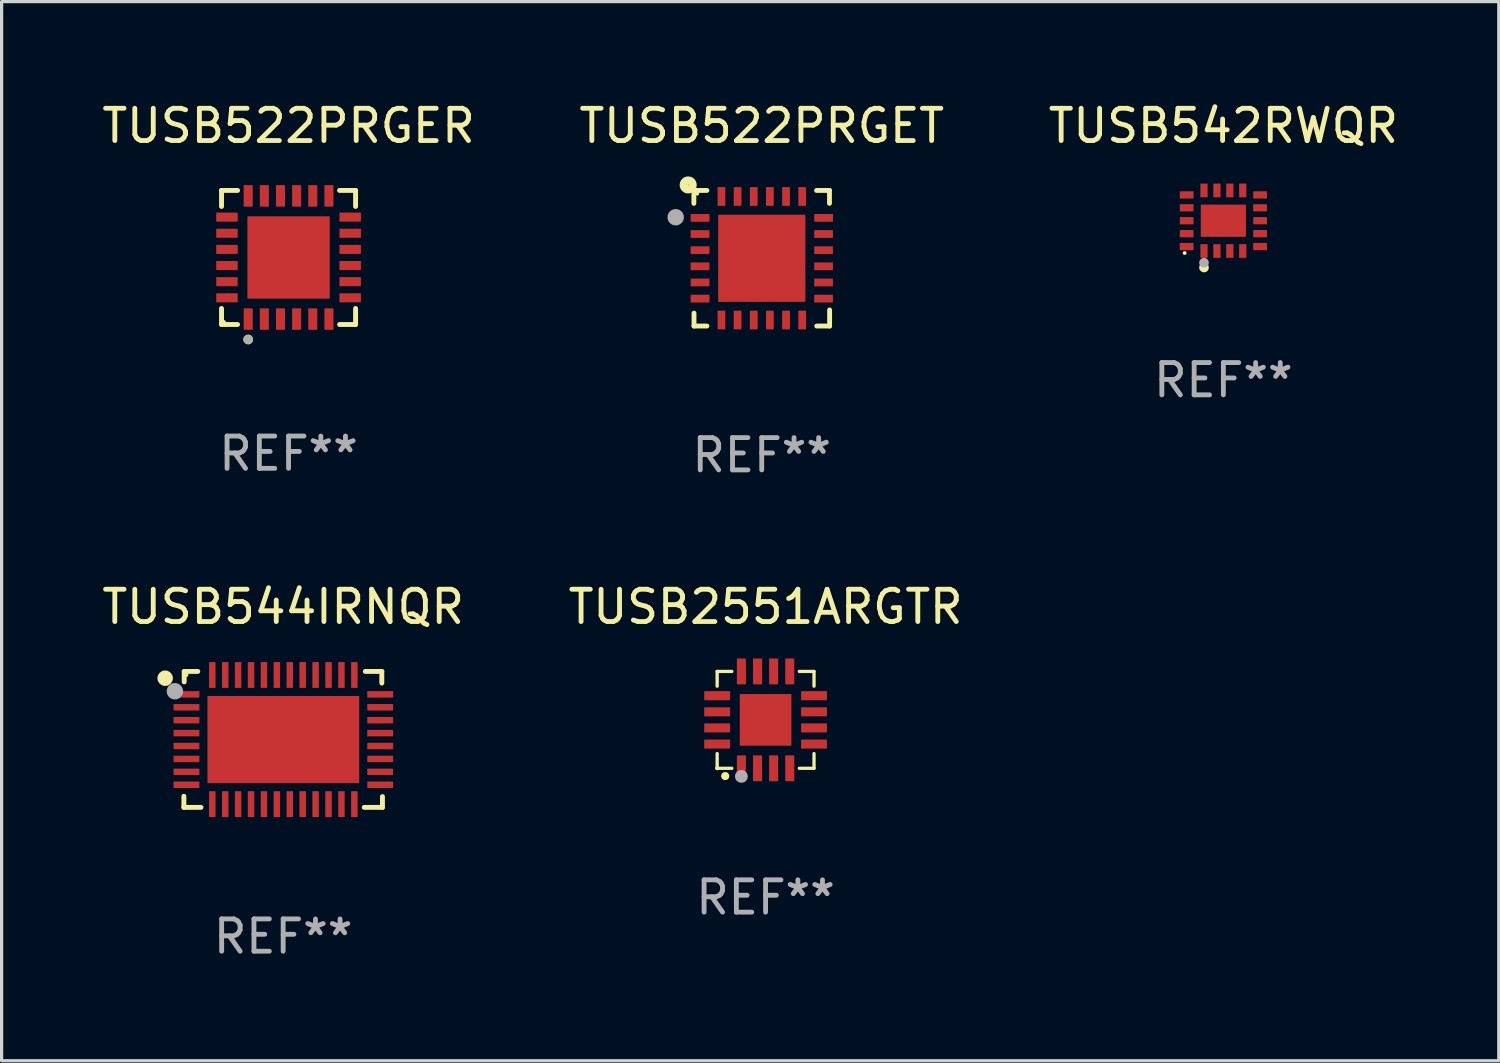
<source format=kicad_pcb>
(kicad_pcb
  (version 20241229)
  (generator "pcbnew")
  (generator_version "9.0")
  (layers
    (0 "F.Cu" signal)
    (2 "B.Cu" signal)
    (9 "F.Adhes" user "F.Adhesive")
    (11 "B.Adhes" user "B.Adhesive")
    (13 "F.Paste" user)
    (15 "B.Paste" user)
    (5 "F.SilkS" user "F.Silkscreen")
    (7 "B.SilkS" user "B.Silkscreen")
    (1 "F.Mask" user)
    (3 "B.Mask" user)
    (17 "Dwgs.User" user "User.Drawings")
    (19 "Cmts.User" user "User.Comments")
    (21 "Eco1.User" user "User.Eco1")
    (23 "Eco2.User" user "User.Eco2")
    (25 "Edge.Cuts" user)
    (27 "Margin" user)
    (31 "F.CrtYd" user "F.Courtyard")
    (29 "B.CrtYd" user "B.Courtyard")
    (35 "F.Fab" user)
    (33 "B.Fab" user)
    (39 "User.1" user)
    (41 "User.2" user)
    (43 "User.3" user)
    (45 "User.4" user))
  (footprint "TUSB542RWQR"
    (layer "F.Cu")
    (at 34.839 3.786)
    (property "Reference" "TUSB542RWQR" (at 0 -2.938 0) (layer "F.SilkS") (effects (font (size 1 1) (thickness 0.15))))
    (attr through_hole)
    (fp_circle (center -1.2 1) (end -1.17 1) (stroke (width 0.06) (type solid)) (fill no) (layer "F.SilkS"))
    (fp_circle (center -0.6 1.45) (end -0.525 1.45) (stroke (width 0.15) (type solid)) (fill no) (layer "F.SilkS"))
    (fp_circle (center -0.6 1.3) (end -0.525 1.3) (stroke (width 0.15) (type solid)) (fill no) (layer "F.Fab"))
    (fp_text user "REF**" (at 0 4.938 0) (layer "F.Fab") (effects (font (size 1 1) (thickness 0.15))))
    (pad "1" smd rect (at -0.6 0.938) (size 0.224 0.425) (layers "F.Cu" "F.Mask" "F.Paste"))
    (pad "2" smd rect (at -0.2 0.938) (size 0.224 0.425) (layers "F.Cu" "F.Mask" "F.Paste"))
    (pad "3" smd rect (at 0.2 0.938) (size 0.224 0.425) (layers "F.Cu" "F.Mask" "F.Paste"))
    (pad "4" smd rect (at 0.6 0.938) (size 0.224 0.425) (layers "F.Cu" "F.Mask" "F.Paste"))
    (pad "5" smd rect (at 1.137 0.8) (size 0.425 0.224) (layers "F.Cu" "F.Mask" "F.Paste"))
    (pad "6" smd rect (at 1.137 0.4) (size 0.425 0.224) (layers "F.Cu" "F.Mask" "F.Paste"))
    (pad "7" smd rect (at 1.137 0) (size 0.425 0.224) (layers "F.Cu" "F.Mask" "F.Paste"))
    (pad "8" smd rect (at 1.137 -0.4) (size 0.425 0.224) (layers "F.Cu" "F.Mask" "F.Paste"))
    (pad "9" smd rect (at 1.137 -0.8) (size 0.425 0.224) (layers "F.Cu" "F.Mask" "F.Paste"))
    (pad "10" smd rect (at 0.6 -0.938) (size 0.224 0.425) (layers "F.Cu" "F.Mask" "F.Paste"))
    (pad "11" smd rect (at 0.2 -0.938) (size 0.224 0.425) (layers "F.Cu" "F.Mask" "F.Paste"))
    (pad "12" smd rect (at -0.2 -0.938) (size 0.224 0.425) (layers "F.Cu" "F.Mask" "F.Paste"))
    (pad "13" smd rect (at -0.6 -0.938) (size 0.224 0.425) (layers "F.Cu" "F.Mask" "F.Paste"))
    (pad "14" smd rect (at -1.137 -0.8) (size 0.425 0.224) (layers "F.Cu" "F.Mask" "F.Paste"))
    (pad "15" smd rect (at -1.137 -0.4) (size 0.425 0.224) (layers "F.Cu" "F.Mask" "F.Paste"))
    (pad "16" smd rect (at -1.137 0) (size 0.425 0.224) (layers "F.Cu" "F.Mask" "F.Paste"))
    (pad "17" smd rect (at -1.137 0.4) (size 0.425 0.224) (layers "F.Cu" "F.Mask" "F.Paste"))
    (pad "18" smd rect (at -1.137 0.8) (size 0.425 0.224) (layers "F.Cu" "F.Mask" "F.Paste"))
    (pad "19" smd rect (at 0 0) (size 1.4 1) (layers "F.Cu" "F.Mask" "F.Paste")))
  (footprint "TUSB522PRGET"
    (layer "F.Cu")
    (at 20.542 4.948)
    (property "Reference" "TUSB522PRGET" (at 0 -4.1 0) (layer "F.SilkS") (effects (font (size 1 1) (thickness 0.15))))
    (attr through_hole)
    (fp_line (start -2.102 -2.1) (end -1.698 -2.1) (stroke (width 0.15) (type solid)) (layer "F.SilkS"))
    (fp_line (start -2.102 -1.7) (end -2.102 -2.1) (stroke (width 0.15) (type solid)) (layer "F.SilkS"))
    (fp_line (start -2.098 1.7) (end -2.098 2.1) (stroke (width 0.15) (type solid)) (layer "F.SilkS"))
    (fp_line (start -2.098 2.1) (end -1.698 2.1) (stroke (width 0.15) (type solid)) (layer "F.SilkS"))
    (fp_line (start 1.698 -2.1) (end 2.098 -2.1) (stroke (width 0.15) (type solid)) (layer "F.SilkS"))
    (fp_line (start 2.098 -2.1) (end 2.098 -1.7) (stroke (width 0.15) (type solid)) (layer "F.SilkS"))
    (fp_line (start 2.102 1.6) (end 2.102 2.1) (stroke (width 0.15) (type solid)) (layer "F.SilkS"))
    (fp_line (start 2.102 2.1) (end 1.702 2.1) (stroke (width 0.15) (type solid)) (layer "F.SilkS"))
    (fp_circle (center -2.278 -2.27) (end -2.268 -2.27) (stroke (width 0.254) (type solid)) (fill no) (layer "F.SilkS"))
    (fp_circle (center -1.998 -2) (end -1.968 -2) (stroke (width 0.06) (type solid)) (fill no) (layer "F.SilkS"))
    (fp_circle (center -2.665 -1.27) (end -2.538 -1.27) (stroke (width 0.254) (type solid)) (fill no) (layer "F.Fab"))
    (fp_text user "REF**" (at 0 6.1 0) (layer "F.Fab") (effects (font (size 1 1) (thickness 0.15))))
    (pad "1" smd rect (at -1.911 -1.25) (size 0.584 0.24) (layers "F.Cu" "F.Mask" "F.Paste"))
    (pad "2" smd rect (at -1.911 -0.75) (size 0.584 0.24) (layers "F.Cu" "F.Mask" "F.Paste"))
    (pad "3" smd rect (at -1.911 -0.25) (size 0.584 0.24) (layers "F.Cu" "F.Mask" "F.Paste"))
    (pad "4" smd rect (at -1.911 0.25) (size 0.584 0.24) (layers "F.Cu" "F.Mask" "F.Paste"))
    (pad "5" smd rect (at -1.911 0.75) (size 0.584 0.24) (layers "F.Cu" "F.Mask" "F.Paste"))
    (pad "6" smd rect (at -1.911 1.25) (size 0.584 0.24) (layers "F.Cu" "F.Mask" "F.Paste"))
    (pad "7" smd rect (at -1.248 1.913) (size 0.24 0.58) (layers "F.Cu" "F.Mask" "F.Paste"))
    (pad "8" smd rect (at -0.748 1.913) (size 0.24 0.58) (layers "F.Cu" "F.Mask" "F.Paste"))
    (pad "9" smd rect (at -0.248 1.913) (size 0.24 0.58) (layers "F.Cu" "F.Mask" "F.Paste"))
    (pad "10" smd rect (at 0.252 1.913) (size 0.24 0.58) (layers "F.Cu" "F.Mask" "F.Paste"))
    (pad "11" smd rect (at 0.752 1.913) (size 0.24 0.58) (layers "F.Cu" "F.Mask" "F.Paste"))
    (pad "12" smd rect (at 1.252 1.913) (size 0.24 0.58) (layers "F.Cu" "F.Mask" "F.Paste"))
    (pad "13" smd rect (at 1.915 1.25) (size 0.58 0.24) (layers "F.Cu" "F.Mask" "F.Paste"))
    (pad "14" smd rect (at 1.915 0.75) (size 0.58 0.24) (layers "F.Cu" "F.Mask" "F.Paste"))
    (pad "15" smd rect (at 1.915 0.25) (size 0.58 0.24) (layers "F.Cu" "F.Mask" "F.Paste"))
    (pad "16" smd rect (at 1.915 -0.25) (size 0.58 0.24) (layers "F.Cu" "F.Mask" "F.Paste"))
    (pad "17" smd rect (at 1.915 -0.75) (size 0.58 0.24) (layers "F.Cu" "F.Mask" "F.Paste"))
    (pad "18" smd rect (at 1.915 -1.25) (size 0.58 0.24) (layers "F.Cu" "F.Mask" "F.Paste"))
    (pad "19" smd rect (at 1.252 -1.913) (size 0.24 0.58) (layers "F.Cu" "F.Mask" "F.Paste"))
    (pad "20" smd rect (at 0.752 -1.913) (size 0.24 0.58) (layers "F.Cu" "F.Mask" "F.Paste"))
    (pad "21" smd rect (at 0.252 -1.913) (size 0.24 0.58) (layers "F.Cu" "F.Mask" "F.Paste"))
    (pad "22" smd rect (at -0.248 -1.913) (size 0.24 0.58) (layers "F.Cu" "F.Mask" "F.Paste"))
    (pad "23" smd rect (at -0.748 -1.913) (size 0.24 0.58) (layers "F.Cu" "F.Mask" "F.Paste"))
    (pad "24" smd rect (at -1.248 -1.913) (size 0.24 0.58) (layers "F.Cu" "F.Mask" "F.Paste"))
    (pad "25" smd rect (at 0.001 0.001) (size 2.7 2.7) (layers "F.Cu" "F.Mask" "F.Paste")))
  (footprint "TUSB2551ARGTR"
    (layer "F.Cu")
    (at 20.661 19.245)
    (property "Reference" "TUSB2551ARGTR" (at 0 -3.5 0) (layer "F.SilkS") (effects (font (size 1 1) (thickness 0.15))))
    (attr through_hole)
    (fp_line (start -1.5 -1.5) (end -1.5 -1.044) (stroke (width 0.102) (type solid)) (layer "F.SilkS"))
    (fp_line (start -1.5 -1.5) (end -1.044 -1.5) (stroke (width 0.102) (type solid)) (layer "F.SilkS"))
    (fp_line (start -1.5 1.044) (end -1.5 1.5) (stroke (width 0.102) (type solid)) (layer "F.SilkS"))
    (fp_line (start -1.5 1.5) (end -1.044 1.5) (stroke (width 0.102) (type solid)) (layer "F.SilkS"))
    (fp_line (start 1.044 -1.5) (end 1.5 -1.5) (stroke (width 0.102) (type solid)) (layer "F.SilkS"))
    (fp_line (start 1.044 1.5) (end 1.5 1.5) (stroke (width 0.102) (type solid)) (layer "F.SilkS"))
    (fp_line (start 1.5 -1.044) (end 1.5 -1.5) (stroke (width 0.102) (type solid)) (layer "F.SilkS"))
    (fp_line (start 1.5 1.5) (end 1.5 1.044) (stroke (width 0.102) (type solid)) (layer "F.SilkS"))
    (fp_arc (start -1.251384 1.74003) (mid -1.250114 1.739959) (end -1.248844 1.74003) (stroke (width 0.25) (type solid)) (layer "F.SilkS"))
    (fp_circle (center -1.5 1.5) (end -1.47 1.5) (stroke (width 0.06) (type solid)) (fill no) (layer "F.SilkS"))
    (fp_circle (center -0.75 1.75) (end -0.65 1.75) (stroke (width 0.2) (type solid)) (fill no) (layer "F.Fab"))
    (fp_text user "REF**" (at 0 5.5 0) (layer "F.Fab") (effects (font (size 1 1) (thickness 0.15))))
    (pad "1" smd rect (at -0.749 1.5) (size 0.28 0.8) (layers "F.Cu" "F.Mask" "F.Paste"))
    (pad "2" smd rect (at -0.249 1.5) (size 0.28 0.8) (layers "F.Cu" "F.Mask" "F.Paste"))
    (pad "3" smd rect (at 0.249 1.5) (size 0.28 0.8) (layers "F.Cu" "F.Mask" "F.Paste"))
    (pad "4" smd rect (at 0.749 1.5) (size 0.28 0.8) (layers "F.Cu" "F.Mask" "F.Paste"))
    (pad "5" smd rect (at 1.5 0.749) (size 0.8 0.28) (layers "F.Cu" "F.Mask" "F.Paste"))
    (pad "6" smd rect (at 1.5 0.249) (size 0.8 0.28) (layers "F.Cu" "F.Mask" "F.Paste"))
    (pad "7" smd rect (at 1.5 -0.249) (size 0.8 0.28) (layers "F.Cu" "F.Mask" "F.Paste"))
    (pad "8" smd rect (at 1.5 -0.749) (size 0.8 0.28) (layers "F.Cu" "F.Mask" "F.Paste"))
    (pad "9" smd rect (at 0.749 -1.5) (size 0.28 0.8) (layers "F.Cu" "F.Mask" "F.Paste"))
    (pad "10" smd rect (at 0.249 -1.5) (size 0.28 0.8) (layers "F.Cu" "F.Mask" "F.Paste"))
    (pad "11" smd rect (at -0.249 -1.5) (size 0.28 0.8) (layers "F.Cu" "F.Mask" "F.Paste"))
    (pad "12" smd rect (at -0.749 -1.5) (size 0.28 0.8) (layers "F.Cu" "F.Mask" "F.Paste"))
    (pad "13" smd rect (at -1.5 -0.749) (size 0.8 0.28) (layers "F.Cu" "F.Mask" "F.Paste"))
    (pad "14" smd rect (at -1.5 -0.249) (size 0.8 0.28) (layers "F.Cu" "F.Mask" "F.Paste"))
    (pad "15" smd rect (at -1.5 0.249) (size 0.8 0.28) (layers "F.Cu" "F.Mask" "F.Paste"))
    (pad "16" smd rect (at -1.5 0.749) (size 0.8 0.28) (layers "F.Cu" "F.Mask" "F.Paste"))
    (pad "17" smd rect (at 0 0.000152 90) (size 1.6 1.6) (layers "F.Cu" "F.Mask" "F.Paste")))
  (footprint "TUSB522PRGER"
    (layer "F.Cu")
    (at 5.887 4.924)
    (property "Reference" "TUSB522PRGER" (at 0 -4.076 0) (layer "F.SilkS") (effects (font (size 1 1) (thickness 0.15))))
    (attr through_hole)
    (fp_line (start -2.076 -2.076) (end -1.58 -2.076) (stroke (width 0.152) (type solid)) (layer "F.SilkS"))
    (fp_line (start -2.076 -1.58) (end -2.076 -2.076) (stroke (width 0.152) (type solid)) (layer "F.SilkS"))
    (fp_line (start -2.076 1.58) (end -2.076 2.076) (stroke (width 0.152) (type solid)) (layer "F.SilkS"))
    (fp_line (start -2.076 2.076) (end -1.58 2.076) (stroke (width 0.152) (type solid)) (layer "F.SilkS"))
    (fp_line (start 2.076 -2.076) (end 1.58 -2.076) (stroke (width 0.152) (type solid)) (layer "F.SilkS"))
    (fp_line (start 2.076 -1.58) (end 2.076 -2.076) (stroke (width 0.152) (type solid)) (layer "F.SilkS"))
    (fp_line (start 2.076 1.58) (end 2.076 2.076) (stroke (width 0.152) (type solid)) (layer "F.SilkS"))
    (fp_line (start 2.076 2.076) (end 1.58 2.076) (stroke (width 0.152) (type solid)) (layer "F.SilkS"))
    (fp_circle (center -2 2) (end -1.97 2) (stroke (width 0.06) (type solid)) (fill no) (layer "F.SilkS"))
    (fp_circle (center -1.25 2.54) (end -1.175 2.54) (stroke (width 0.15) (type solid)) (fill no) (layer "F.SilkS"))
    (fp_circle (center -1.25 2.54) (end -1.175 2.54) (stroke (width 0.15) (type solid)) (fill no) (layer "F.Fab"))
    (fp_text user "REF**" (at 0 6.076 0) (layer "F.Fab") (effects (font (size 1 1) (thickness 0.15))))
    (pad "1" smd rect (at -1.25 1.908) (size 0.28 0.665) (layers "F.Cu" "F.Mask" "F.Paste"))
    (pad "2" smd rect (at -0.75 1.908) (size 0.28 0.665) (layers "F.Cu" "F.Mask" "F.Paste"))
    (pad "3" smd rect (at -0.25 1.908) (size 0.28 0.665) (layers "F.Cu" "F.Mask" "F.Paste"))
    (pad "4" smd rect (at 0.25 1.908) (size 0.28 0.665) (layers "F.Cu" "F.Mask" "F.Paste"))
    (pad "5" smd rect (at 0.75 1.908) (size 0.28 0.665) (layers "F.Cu" "F.Mask" "F.Paste"))
    (pad "6" smd rect (at 1.25 1.908) (size 0.28 0.665) (layers "F.Cu" "F.Mask" "F.Paste"))
    (pad "7" smd rect (at 1.908 1.25) (size 0.665 0.28) (layers "F.Cu" "F.Mask" "F.Paste"))
    (pad "8" smd rect (at 1.908 0.75) (size 0.665 0.28) (layers "F.Cu" "F.Mask" "F.Paste"))
    (pad "9" smd rect (at 1.908 0.25) (size 0.665 0.28) (layers "F.Cu" "F.Mask" "F.Paste"))
    (pad "10" smd rect (at 1.908 -0.25) (size 0.665 0.28) (layers "F.Cu" "F.Mask" "F.Paste"))
    (pad "11" smd rect (at 1.908 -0.75) (size 0.665 0.28) (layers "F.Cu" "F.Mask" "F.Paste"))
    (pad "12" smd rect (at 1.908 -1.25) (size 0.665 0.28) (layers "F.Cu" "F.Mask" "F.Paste"))
    (pad "13" smd rect (at 1.25 -1.908) (size 0.28 0.665) (layers "F.Cu" "F.Mask" "F.Paste"))
    (pad "14" smd rect (at 0.75 -1.908) (size 0.28 0.665) (layers "F.Cu" "F.Mask" "F.Paste"))
    (pad "15" smd rect (at 0.25 -1.908) (size 0.28 0.665) (layers "F.Cu" "F.Mask" "F.Paste"))
    (pad "16" smd rect (at -0.25 -1.908) (size 0.28 0.665) (layers "F.Cu" "F.Mask" "F.Paste"))
    (pad "17" smd rect (at -0.75 -1.908) (size 0.28 0.665) (layers "F.Cu" "F.Mask" "F.Paste"))
    (pad "18" smd rect (at -1.25 -1.908) (size 0.28 0.665) (layers "F.Cu" "F.Mask" "F.Paste"))
    (pad "19" smd rect (at -1.908 -1.25) (size 0.665 0.28) (layers "F.Cu" "F.Mask" "F.Paste"))
    (pad "20" smd rect (at -1.908 -0.75) (size 0.665 0.28) (layers "F.Cu" "F.Mask" "F.Paste"))
    (pad "21" smd rect (at -1.908 -0.25) (size 0.665 0.28) (layers "F.Cu" "F.Mask" "F.Paste"))
    (pad "22" smd rect (at -1.908 0.25) (size 0.665 0.28) (layers "F.Cu" "F.Mask" "F.Paste"))
    (pad "23" smd rect (at -1.908 0.75) (size 0.665 0.28) (layers "F.Cu" "F.Mask" "F.Paste"))
    (pad "24" smd rect (at -1.908 1.25) (size 0.665 0.28) (layers "F.Cu" "F.Mask" "F.Paste"))
    (pad "25" smd rect (at 0 0) (size 2.55 2.55) (layers "F.Cu" "F.Mask" "F.Paste")))
  (footprint "TUSB544IRNQR"
    (layer "F.Cu")
    (at 5.72 19.85)
    (property "Reference" "TUSB544IRNQR" (at 0 -4.105 0) (layer "F.SilkS") (effects (font (size 1 1) (thickness 0.15))))
    (attr through_hole)
    (fp_line (start -3.075 2.105) (end -3.075 1.761) (stroke (width 0.152) (type solid)) (layer "F.SilkS"))
    (fp_line (start -3.065 -2.105) (end -2.645 -2.105) (stroke (width 0.152) (type solid)) (layer "F.SilkS"))
    (fp_line (start -3.065 -1.781) (end -3.065 -2.105) (stroke (width 0.152) (type solid)) (layer "F.SilkS"))
    (fp_line (start -2.545 2.105) (end -3.075 2.105) (stroke (width 0.152) (type solid)) (layer "F.SilkS"))
    (fp_line (start 2.545 -2.105) (end 3.055 -2.105) (stroke (width 0.152) (type solid)) (layer "F.SilkS"))
    (fp_line (start 3.055 -2.105) (end 3.055 -1.745) (stroke (width 0.152) (type solid)) (layer "F.SilkS"))
    (fp_line (start 3.075 1.771) (end 3.075 2.105) (stroke (width 0.152) (type solid)) (layer "F.SilkS"))
    (fp_line (start 3.075 2.105) (end 2.511 2.105) (stroke (width 0.152) (type solid)) (layer "F.SilkS"))
    (fp_circle (center -3.655 -1.895) (end -3.535 -1.895) (stroke (width 0.24) (type solid)) (fill no) (layer "F.SilkS"))
    (fp_circle (center -2.995 -1.995) (end -2.965 -1.995) (stroke (width 0.06) (type solid)) (fill no) (layer "F.SilkS"))
    (fp_circle (center -3.354 -1.491) (end -3.227 -1.491) (stroke (width 0.254) (type solid)) (fill no) (layer "F.Fab"))
    (fp_text user "REF**" (at 0 6.105 0) (layer "F.Fab") (effects (font (size 1 1) (thickness 0.15))))
    (pad "1" smd rect (at -2.995 -1.395) (size 0.8 0.2) (layers "F.Cu" "F.Mask" "F.Paste"))
    (pad "2" smd rect (at -2.995 -0.995) (size 0.8 0.2) (layers "F.Cu" "F.Mask" "F.Paste"))
    (pad "3" smd rect (at -2.995 -0.595) (size 0.8 0.2) (layers "F.Cu" "F.Mask" "F.Paste"))
    (pad "4" smd rect (at -2.995 -0.195) (size 0.8 0.2) (layers "F.Cu" "F.Mask" "F.Paste"))
    (pad "5" smd rect (at -2.995 0.205) (size 0.8 0.2) (layers "F.Cu" "F.Mask" "F.Paste"))
    (pad "6" smd rect (at -2.995 0.605) (size 0.8 0.2) (layers "F.Cu" "F.Mask" "F.Paste"))
    (pad "7" smd rect (at -2.995 1.005) (size 0.8 0.2) (layers "F.Cu" "F.Mask" "F.Paste"))
    (pad "8" smd rect (at -2.995 1.405) (size 0.8 0.2) (layers "F.Cu" "F.Mask" "F.Paste"))
    (pad "9" smd rect (at -2.195 2.005) (size 0.2 0.8) (layers "F.Cu" "F.Mask" "F.Paste"))
    (pad "10" smd rect (at -1.795 2.005) (size 0.2 0.8) (layers "F.Cu" "F.Mask" "F.Paste"))
    (pad "11" smd rect (at -1.395 2.005) (size 0.2 0.8) (layers "F.Cu" "F.Mask" "F.Paste"))
    (pad "12" smd rect (at -0.995 2.005) (size 0.2 0.8) (layers "F.Cu" "F.Mask" "F.Paste"))
    (pad "13" smd rect (at -0.595 2.005) (size 0.2 0.8) (layers "F.Cu" "F.Mask" "F.Paste"))
    (pad "14" smd rect (at -0.195 2.005) (size 0.2 0.8) (layers "F.Cu" "F.Mask" "F.Paste"))
    (pad "15" smd rect (at 0.205 2.005) (size 0.2 0.8) (layers "F.Cu" "F.Mask" "F.Paste"))
    (pad "16" smd rect (at 0.605 2.005) (size 0.2 0.8) (layers "F.Cu" "F.Mask" "F.Paste"))
    (pad "17" smd rect (at 1.005 2.005) (size 0.2 0.8) (layers "F.Cu" "F.Mask" "F.Paste"))
    (pad "18" smd rect (at 1.405 2.005) (size 0.2 0.8) (layers "F.Cu" "F.Mask" "F.Paste"))
    (pad "19" smd rect (at 1.805 2.005) (size 0.2 0.8) (layers "F.Cu" "F.Mask" "F.Paste"))
    (pad "20" smd rect (at 2.205 2.005) (size 0.2 0.8) (layers "F.Cu" "F.Mask" "F.Paste"))
    (pad "21" smd rect (at 3.005 1.405) (size 0.8 0.2) (layers "F.Cu" "F.Mask" "F.Paste"))
    (pad "22" smd rect (at 3.005 1.005) (size 0.8 0.2) (layers "F.Cu" "F.Mask" "F.Paste"))
    (pad "23" smd rect (at 3.005 0.605) (size 0.8 0.2) (layers "F.Cu" "F.Mask" "F.Paste"))
    (pad "24" smd rect (at 3.005 0.205) (size 0.8 0.2) (layers "F.Cu" "F.Mask" "F.Paste"))
    (pad "25" smd rect (at 3.005 -0.195) (size 0.8 0.2) (layers "F.Cu" "F.Mask" "F.Paste"))
    (pad "26" smd rect (at 3.005 -0.595) (size 0.8 0.2) (layers "F.Cu" "F.Mask" "F.Paste"))
    (pad "27" smd rect (at 3.005 -0.995) (size 0.8 0.2) (layers "F.Cu" "F.Mask" "F.Paste"))
    (pad "28" smd rect (at 3.005 -1.395) (size 0.8 0.2) (layers "F.Cu" "F.Mask" "F.Paste"))
    (pad "29" smd rect (at 2.205 -1.995) (size 0.2 0.8) (layers "F.Cu" "F.Mask" "F.Paste"))
    (pad "30" smd rect (at 1.805 -1.995) (size 0.2 0.8) (layers "F.Cu" "F.Mask" "F.Paste"))
    (pad "31" smd rect (at 1.405 -1.995) (size 0.2 0.8) (layers "F.Cu" "F.Mask" "F.Paste"))
    (pad "32" smd rect (at 1.005 -1.995) (size 0.2 0.8) (layers "F.Cu" "F.Mask" "F.Paste"))
    (pad "33" smd rect (at 0.605 -1.995) (size 0.2 0.8) (layers "F.Cu" "F.Mask" "F.Paste"))
    (pad "34" smd rect (at 0.205 -1.995) (size 0.2 0.8) (layers "F.Cu" "F.Mask" "F.Paste"))
    (pad "35" smd rect (at -0.195 -1.995) (size 0.2 0.8) (layers "F.Cu" "F.Mask" "F.Paste"))
    (pad "36" smd rect (at -0.595 -1.995) (size 0.2 0.8) (layers "F.Cu" "F.Mask" "F.Paste"))
    (pad "37" smd rect (at -0.995 -1.995) (size 0.2 0.8) (layers "F.Cu" "F.Mask" "F.Paste"))
    (pad "38" smd rect (at -1.395 -1.995) (size 0.2 0.8) (layers "F.Cu" "F.Mask" "F.Paste"))
    (pad "39" smd rect (at -1.795 -1.995) (size 0.2 0.8) (layers "F.Cu" "F.Mask" "F.Paste"))
    (pad "40" smd rect (at -2.195 -1.995) (size 0.2 0.8) (layers "F.Cu" "F.Mask" "F.Paste"))
    (pad "41" smd rect (at 0.005 0.005) (size 4.7 2.7) (layers "F.Cu" "F.Mask" "F.Paste")))
  (gr_rect
    (start -3 -3)
    (end 43.369 29.803)
    (stroke (width 0.1) (type default))
    (fill no)
    (layer "Edge.Cuts")))
</source>
